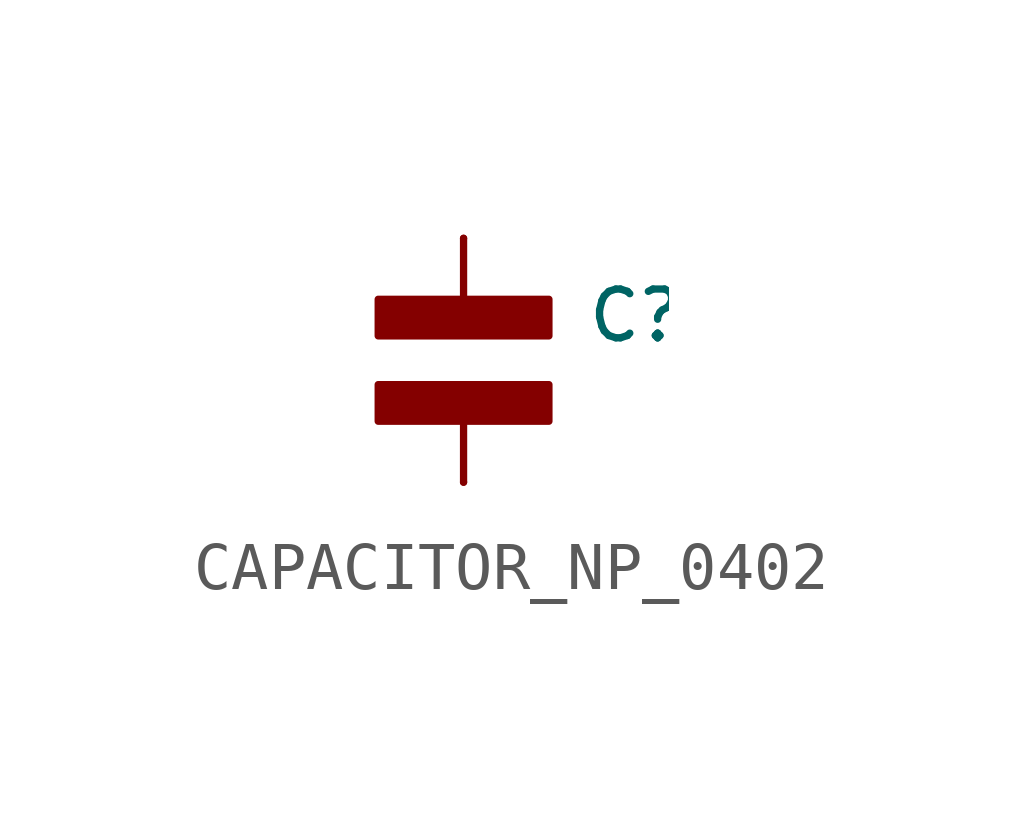
<source format=kicad_sym>
(kicad_symbol_lib
  (version 20241209)
  (generator "kicad_symbol_editor")
  (generator_version "9.0")
  (symbol "CAPACITOR_NP_0402"
    (property "Reference" "C"
      (at 2.54 1.524 0)
      (effects (font (size 1.016 1.016)) (justify left top)))
    (property "Value" ""
      (at 2.54 -1.524 0)
      (effects (font (size 1.016 1.016)) (justify left bottom)))
    (property "ki_locked" ""
      (at 0 0 0)
      (effects (font (size 1.27 1.27))))
    (symbol "CAPACITOR_NP_0402_1_0"
      (rectangle (start -1.778 0.508) (end 1.778 1.27) (stroke (width 0) (type default)) (fill (type outline)))
      (rectangle (start -1.778 -1.27) (end 1.778 -0.508) (stroke (width 0) (type default)) (fill (type outline)))
      (polyline (pts (xy 0 2.54) (xy 0 1.016)) (stroke (width 0.152) (type solid)) (fill (type none)))
      (polyline (pts (xy 0 -2.54) (xy 0 -1.016)) (stroke (width 0.152) (type solid)) (fill (type none)))
      (pin passive line (at 0 2.54 270) (length 0) (name "P$1" (effects (font (size 0 0)))) (number "P$1" (effects (font (size 0 0)))))
      (pin passive line (at 0 -2.54 90) (length 0) (name "P$2" (effects (font (size 0 0)))) (number "P$2" (effects (font (size 0 0))))))))
</source>
